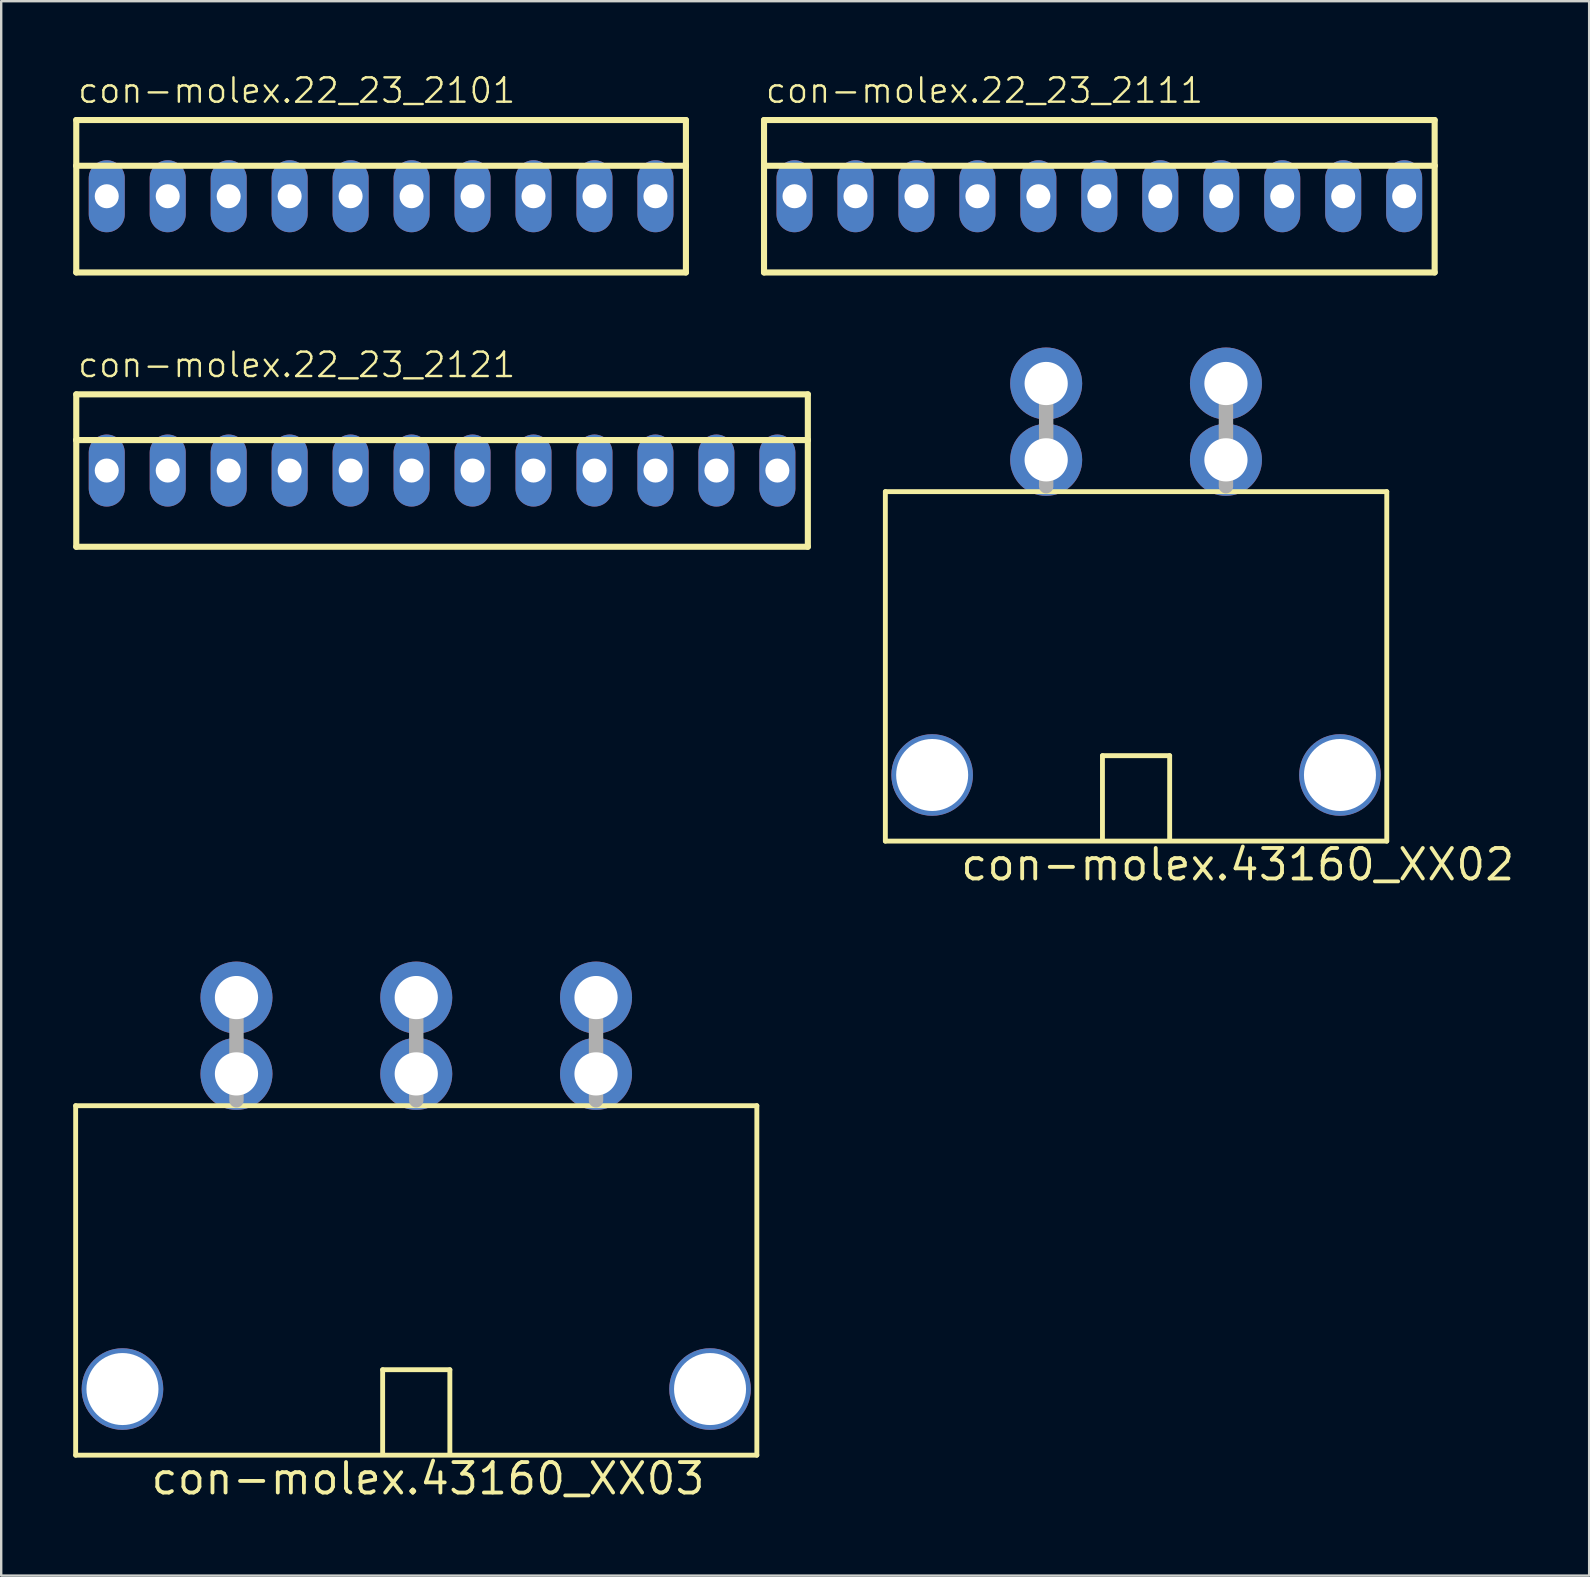
<source format=kicad_pcb>
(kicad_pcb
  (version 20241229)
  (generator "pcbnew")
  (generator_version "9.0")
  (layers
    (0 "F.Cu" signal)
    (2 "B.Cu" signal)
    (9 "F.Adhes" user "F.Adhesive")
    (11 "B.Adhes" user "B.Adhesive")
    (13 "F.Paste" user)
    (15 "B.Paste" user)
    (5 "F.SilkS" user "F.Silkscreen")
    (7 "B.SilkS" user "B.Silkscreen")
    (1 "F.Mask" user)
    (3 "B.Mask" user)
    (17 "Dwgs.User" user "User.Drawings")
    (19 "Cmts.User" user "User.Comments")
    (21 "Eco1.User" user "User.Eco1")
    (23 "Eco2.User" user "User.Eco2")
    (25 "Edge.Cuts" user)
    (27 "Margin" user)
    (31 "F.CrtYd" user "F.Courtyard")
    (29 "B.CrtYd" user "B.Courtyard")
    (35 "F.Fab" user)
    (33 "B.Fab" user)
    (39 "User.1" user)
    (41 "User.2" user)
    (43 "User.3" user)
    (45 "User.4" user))
  (footprint "con-molex.22_23_2101"
    (layer "F.Cu")
    (at 12.827 5.126)
    (property "Reference" "con-molex.22_23_2101" (at -12.7 -3.81 0) (layer "F.SilkS") (effects (font (size 1.016 1.016) (thickness 0.1)) (justify left bottom)))
    (attr through_hole)
    (fp_line (start -12.7 -3.175) (end 12.7 -3.175) (stroke (width 0.254) (type default)) (layer "F.SilkS"))
    (fp_line (start -12.7 -1.27) (end -12.7 -3.175) (stroke (width 0.254) (type default)) (layer "F.SilkS"))
    (fp_line (start -12.7 -1.27) (end 12.7 -1.27) (stroke (width 0.254) (type default)) (layer "F.SilkS"))
    (fp_line (start -12.7 3.175) (end -12.7 -1.27) (stroke (width 0.254) (type default)) (layer "F.SilkS"))
    (fp_line (start 12.7 -3.175) (end 12.7 -1.27) (stroke (width 0.254) (type default)) (layer "F.SilkS"))
    (fp_line (start 12.7 -1.27) (end 12.7 3.175) (stroke (width 0.254) (type default)) (layer "F.SilkS"))
    (fp_line (start 12.7 3.175) (end -12.7 3.175) (stroke (width 0.254) (type default)) (layer "F.SilkS"))
    (pad "1" thru_hole oval (at -11.43 0 90) (size 3 1.5) (drill 1) (layers "*.Cu" "*.Mask"))
    (pad "2" thru_hole oval (at -8.89 0 90) (size 3 1.5) (drill 1) (layers "*.Cu" "*.Mask"))
    (pad "3" thru_hole oval (at -6.35 0 90) (size 3 1.5) (drill 1) (layers "*.Cu" "*.Mask"))
    (pad "4" thru_hole oval (at -3.81 0 90) (size 3 1.5) (drill 1) (layers "*.Cu" "*.Mask"))
    (pad "5" thru_hole oval (at -1.27 0 90) (size 3 1.5) (drill 1) (layers "*.Cu" "*.Mask"))
    (pad "6" thru_hole oval (at 1.27 0 90) (size 3 1.5) (drill 1) (layers "*.Cu" "*.Mask"))
    (pad "7" thru_hole oval (at 3.81 0 90) (size 3 1.5) (drill 1) (layers "*.Cu" "*.Mask"))
    (pad "8" thru_hole oval (at 6.35 0 90) (size 3 1.5) (drill 1) (layers "*.Cu" "*.Mask"))
    (pad "9" thru_hole oval (at 8.89 0 90) (size 3 1.5) (drill 1) (layers "*.Cu" "*.Mask"))
    (pad "10" thru_hole oval (at 11.43 0 90) (size 3 1.5) (drill 1) (layers "*.Cu" "*.Mask")))
  (footprint "con-molex.22_23_2121"
    (layer "F.Cu")
    (at 15.367 16.554)
    (property "Reference" "con-molex.22_23_2121" (at -15.24 -3.81 0) (layer "F.SilkS") (effects (font (size 1.016 1.016) (thickness 0.1)) (justify left bottom)))
    (attr through_hole)
    (fp_line (start -15.24 -3.175) (end 15.24 -3.175) (stroke (width 0.254) (type default)) (layer "F.SilkS"))
    (fp_line (start -15.24 -1.27) (end -15.24 -3.175) (stroke (width 0.254) (type default)) (layer "F.SilkS"))
    (fp_line (start -15.24 -1.27) (end 15.24 -1.27) (stroke (width 0.254) (type default)) (layer "F.SilkS"))
    (fp_line (start -15.24 3.175) (end -15.24 -1.27) (stroke (width 0.254) (type default)) (layer "F.SilkS"))
    (fp_line (start 15.24 -3.175) (end 15.24 -1.27) (stroke (width 0.254) (type default)) (layer "F.SilkS"))
    (fp_line (start 15.24 -1.27) (end 15.24 3.175) (stroke (width 0.254) (type default)) (layer "F.SilkS"))
    (fp_line (start 15.24 3.175) (end -15.24 3.175) (stroke (width 0.254) (type default)) (layer "F.SilkS"))
    (pad "1" thru_hole oval (at -13.97 0 90) (size 3 1.5) (drill 1) (layers "*.Cu" "*.Mask"))
    (pad "2" thru_hole oval (at -11.43 0 90) (size 3 1.5) (drill 1) (layers "*.Cu" "*.Mask"))
    (pad "3" thru_hole oval (at -8.89 0 90) (size 3 1.5) (drill 1) (layers "*.Cu" "*.Mask"))
    (pad "4" thru_hole oval (at -6.35 0 90) (size 3 1.5) (drill 1) (layers "*.Cu" "*.Mask"))
    (pad "5" thru_hole oval (at -3.81 0 90) (size 3 1.5) (drill 1) (layers "*.Cu" "*.Mask"))
    (pad "6" thru_hole oval (at -1.27 0 90) (size 3 1.5) (drill 1) (layers "*.Cu" "*.Mask"))
    (pad "7" thru_hole oval (at 1.27 0 90) (size 3 1.5) (drill 1) (layers "*.Cu" "*.Mask"))
    (pad "8" thru_hole oval (at 3.81 0 90) (size 3 1.5) (drill 1) (layers "*.Cu" "*.Mask"))
    (pad "9" thru_hole oval (at 6.35 0 90) (size 3 1.5) (drill 1) (layers "*.Cu" "*.Mask"))
    (pad "10" thru_hole oval (at 8.89 0 90) (size 3 1.5) (drill 1) (layers "*.Cu" "*.Mask"))
    (pad "11" thru_hole oval (at 11.43 0 90) (size 3 1.5) (drill 1) (layers "*.Cu" "*.Mask"))
    (pad "12" thru_hole oval (at 13.97 0 90) (size 3 1.5) (drill 1) (layers "*.Cu" "*.Mask")))
  (footprint "con-molex.22_23_2111"
    (layer "F.Cu")
    (at 42.751 5.126)
    (property "Reference" "con-molex.22_23_2111" (at -13.97 -3.81 0) (layer "F.SilkS") (effects (font (size 1.016 1.016) (thickness 0.1)) (justify left bottom)))
    (attr through_hole)
    (fp_line (start -13.97 -3.175) (end 13.97 -3.175) (stroke (width 0.254) (type default)) (layer "F.SilkS"))
    (fp_line (start -13.97 -1.27) (end -13.97 -3.175) (stroke (width 0.254) (type default)) (layer "F.SilkS"))
    (fp_line (start -13.97 -1.27) (end 13.97 -1.27) (stroke (width 0.254) (type default)) (layer "F.SilkS"))
    (fp_line (start -13.97 3.175) (end -13.97 -1.27) (stroke (width 0.254) (type default)) (layer "F.SilkS"))
    (fp_line (start 13.97 -3.175) (end 13.97 -1.27) (stroke (width 0.254) (type default)) (layer "F.SilkS"))
    (fp_line (start 13.97 -1.27) (end 13.97 3.175) (stroke (width 0.254) (type default)) (layer "F.SilkS"))
    (fp_line (start 13.97 3.175) (end -13.97 3.175) (stroke (width 0.254) (type default)) (layer "F.SilkS"))
    (pad "1" thru_hole oval (at -12.7 0 90) (size 3 1.5) (drill 1) (layers "*.Cu" "*.Mask"))
    (pad "2" thru_hole oval (at -10.16 0 90) (size 3 1.5) (drill 1) (layers "*.Cu" "*.Mask"))
    (pad "3" thru_hole oval (at -7.62 0 90) (size 3 1.5) (drill 1) (layers "*.Cu" "*.Mask"))
    (pad "4" thru_hole oval (at -5.08 0 90) (size 3 1.5) (drill 1) (layers "*.Cu" "*.Mask"))
    (pad "5" thru_hole oval (at -2.54 0 90) (size 3 1.5) (drill 1) (layers "*.Cu" "*.Mask"))
    (pad "6" thru_hole oval (at 0 0 90) (size 3 1.5) (drill 1) (layers "*.Cu" "*.Mask"))
    (pad "7" thru_hole oval (at 2.54 0 90) (size 3 1.5) (drill 1) (layers "*.Cu" "*.Mask"))
    (pad "8" thru_hole oval (at 5.08 0 90) (size 3 1.5) (drill 1) (layers "*.Cu" "*.Mask"))
    (pad "9" thru_hole oval (at 7.62 0 90) (size 3 1.5) (drill 1) (layers "*.Cu" "*.Mask"))
    (pad "10" thru_hole oval (at 10.16 0 90) (size 3 1.5) (drill 1) (layers "*.Cu" "*.Mask"))
    (pad "11" thru_hole oval (at 12.7 0 90) (size 3 1.5) (drill 1) (layers "*.Cu" "*.Mask")))
  (footprint "con-molex.43160_XX02"
    (layer "F.Cu")
    (at 44.281 16.108)
    (property "Reference" "con-molex.43160_XX02" (at -7.39 17.605 0) (layer "F.SilkS") (effects (font (size 1.27 1.27) (thickness 0.16)) (justify left bottom)))
    (attr through_hole)
    (fp_line (start -10.445 1.325) (end 10.445 1.325) (stroke (width 0.203) (type default)) (layer "F.SilkS"))
    (fp_line (start -10.445 15.885) (end -10.445 1.325) (stroke (width 0.203) (type default)) (layer "F.SilkS"))
    (fp_line (start -10.445 15.885) (end 10.445 15.885) (stroke (width 0.203) (type default)) (layer "F.SilkS"))
    (fp_line (start -1.4 12.325) (end 1.4 12.325) (stroke (width 0.203) (type default)) (layer "F.SilkS"))
    (fp_line (start -1.4 15.8) (end -1.4 12.325) (stroke (width 0.203) (type default)) (layer "F.SilkS"))
    (fp_line (start 1.4 12.325) (end 1.4 15.85) (stroke (width 0.203) (type default)) (layer "F.SilkS"))
    (fp_line (start 10.445 1.325) (end 10.445 15.885) (stroke (width 0.203) (type default)) (layer "F.SilkS"))
    (fp_line (start -3.745 -3.745) (end -3.745 1.1) (stroke (width 0.6) (type default)) (layer "F.Fab"))
    (fp_line (start 3.745 -3.745) (end 3.745 1.1) (stroke (width 0.6) (type default)) (layer "F.Fab"))
    (pad "1@1" thru_hole circle (at -3.745 0) (size 3 3) (drill 1.8) (layers "*.Cu" "*.Mask"))
    (pad "1@2" thru_hole circle (at -3.745 -3.18) (size 3 3) (drill 1.8) (layers "*.Cu" "*.Mask"))
    (pad "2@1" thru_hole circle (at 3.745 0) (size 3 3) (drill 1.8) (layers "*.Cu" "*.Mask"))
    (pad "2@2" thru_hole circle (at 3.745 -3.18) (size 3 3) (drill 1.8) (layers "*.Cu" "*.Mask"))
    (pad "M1" thru_hole circle (at -8.495 13.13) (size 3.4 3.4) (drill 3) (layers "*.Cu" "*.Mask"))
    (pad "M2" thru_hole circle (at 8.495 13.13) (size 3.4 3.4) (drill 3) (layers "*.Cu" "*.Mask")))
  (footprint "con-molex.43160_XX03"
    (layer "F.Cu")
    (at 14.292 41.691)
    (property "Reference" "con-molex.43160_XX03" (at -11.135 17.605 0) (layer "F.SilkS") (effects (font (size 1.27 1.27) (thickness 0.16)) (justify left bottom)))
    (attr through_hole)
    (fp_line (start -14.19 1.325) (end 14.19 1.325) (stroke (width 0.203) (type default)) (layer "F.SilkS"))
    (fp_line (start -14.19 15.885) (end -14.19 1.325) (stroke (width 0.203) (type default)) (layer "F.SilkS"))
    (fp_line (start -14.19 15.885) (end 14.19 15.885) (stroke (width 0.203) (type default)) (layer "F.SilkS"))
    (fp_line (start -1.4 12.325) (end 1.4 12.325) (stroke (width 0.203) (type default)) (layer "F.SilkS"))
    (fp_line (start -1.4 15.8) (end -1.4 12.325) (stroke (width 0.203) (type default)) (layer "F.SilkS"))
    (fp_line (start 1.4 12.325) (end 1.4 15.85) (stroke (width 0.203) (type default)) (layer "F.SilkS"))
    (fp_line (start 14.19 1.325) (end 14.19 15.885) (stroke (width 0.203) (type default)) (layer "F.SilkS"))
    (fp_line (start -7.49 -3.745) (end -7.49 1.1) (stroke (width 0.6) (type default)) (layer "F.Fab"))
    (fp_line (start 0 -3.745) (end 0 1.1) (stroke (width 0.6) (type default)) (layer "F.Fab"))
    (fp_line (start 7.49 -3.745) (end 7.49 1.1) (stroke (width 0.6) (type default)) (layer "F.Fab"))
    (pad "1@1" thru_hole circle (at -7.49 0) (size 3 3) (drill 1.8) (layers "*.Cu" "*.Mask"))
    (pad "1@2" thru_hole circle (at -7.49 -3.18) (size 3 3) (drill 1.8) (layers "*.Cu" "*.Mask"))
    (pad "2@1" thru_hole circle (at 0 0) (size 3 3) (drill 1.8) (layers "*.Cu" "*.Mask"))
    (pad "2@2" thru_hole circle (at 0 -3.18) (size 3 3) (drill 1.8) (layers "*.Cu" "*.Mask"))
    (pad "3@1" thru_hole circle (at 7.49 0) (size 3 3) (drill 1.8) (layers "*.Cu" "*.Mask"))
    (pad "3@2" thru_hole circle (at 7.49 -3.18) (size 3 3) (drill 1.8) (layers "*.Cu" "*.Mask"))
    (pad "M1" thru_hole circle (at -12.24 13.13) (size 3.4 3.4) (drill 3) (layers "*.Cu" "*.Mask"))
    (pad "M2" thru_hole circle (at 12.24 13.13) (size 3.4 3.4) (drill 3) (layers "*.Cu" "*.Mask")))
  (gr_rect
    (start -3 -3)
    (end 63.158 62.593)
    (stroke (width 0.1) (type default))
    (fill no)
    (layer "Edge.Cuts")))
</source>
